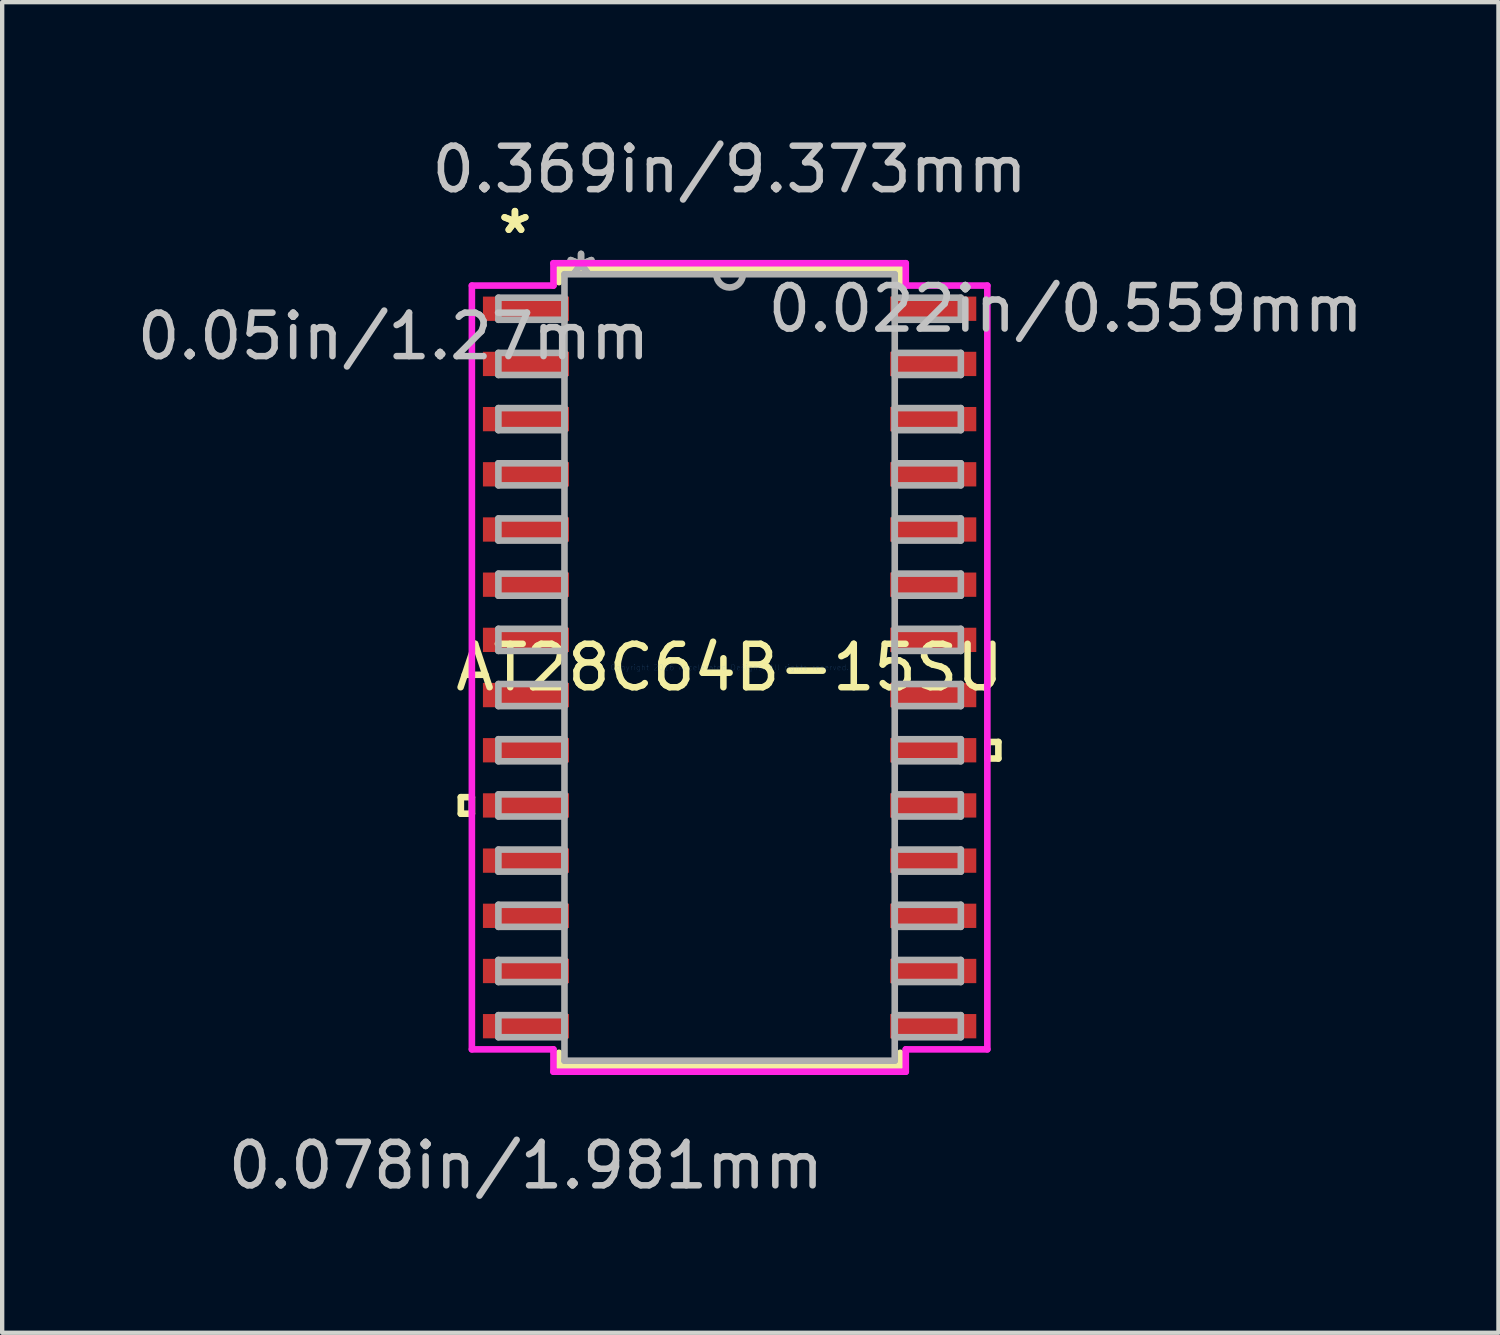
<source format=kicad_pcb>
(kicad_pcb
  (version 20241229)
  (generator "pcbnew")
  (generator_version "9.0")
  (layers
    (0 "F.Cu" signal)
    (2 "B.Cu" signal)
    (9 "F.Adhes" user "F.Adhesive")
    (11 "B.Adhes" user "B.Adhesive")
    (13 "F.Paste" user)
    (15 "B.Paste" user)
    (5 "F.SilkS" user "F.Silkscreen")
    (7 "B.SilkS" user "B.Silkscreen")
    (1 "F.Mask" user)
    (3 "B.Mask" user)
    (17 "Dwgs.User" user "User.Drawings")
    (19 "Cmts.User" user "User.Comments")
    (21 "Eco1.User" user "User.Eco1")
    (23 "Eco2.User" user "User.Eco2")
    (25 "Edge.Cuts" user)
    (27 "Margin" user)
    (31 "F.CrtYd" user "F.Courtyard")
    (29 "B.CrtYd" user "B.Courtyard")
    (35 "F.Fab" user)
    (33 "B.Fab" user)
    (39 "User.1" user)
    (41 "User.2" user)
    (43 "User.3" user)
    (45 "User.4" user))
  (footprint "AT28C64B-15SU"
    (layer "F.Cu")
    (at 13.74 12.31)
    (property "Reference" "AT28C64B-15SU" (at 0 0 0) (layer "F.SilkS") (effects (font (size 1 1) (thickness 0.15))))
    (attr through_hole)
    (fp_line (start -6.185 2.985) (end -6.185 3.365) (stroke (width 0.152) (type solid)) (layer "F.SilkS"))
    (fp_line (start -6.185 3.365) (end -5.931 3.365) (stroke (width 0.152) (type solid)) (layer "F.SilkS"))
    (fp_line (start -5.931 2.985) (end -6.185 2.985) (stroke (width 0.152) (type solid)) (layer "F.SilkS"))
    (fp_line (start -5.931 3.365) (end -5.931 2.985) (stroke (width 0.152) (type solid)) (layer "F.SilkS"))
    (fp_line (start -3.927 -9.176) (end -3.927 -8.867) (stroke (width 0.152) (type solid)) (layer "F.SilkS"))
    (fp_line (start -3.927 8.867) (end -3.927 9.176) (stroke (width 0.152) (type solid)) (layer "F.SilkS"))
    (fp_line (start -3.927 9.176) (end 3.927 9.176) (stroke (width 0.152) (type solid)) (layer "F.SilkS"))
    (fp_line (start 3.927 -9.176) (end -3.927 -9.176) (stroke (width 0.152) (type solid)) (layer "F.SilkS"))
    (fp_line (start 3.927 -8.867) (end 3.927 -9.176) (stroke (width 0.152) (type solid)) (layer "F.SilkS"))
    (fp_line (start 3.927 9.176) (end 3.927 8.867) (stroke (width 0.152) (type solid)) (layer "F.SilkS"))
    (fp_line (start 5.931 1.714) (end 6.185 1.714) (stroke (width 0.152) (type solid)) (layer "F.SilkS"))
    (fp_line (start 5.931 2.095) (end 5.931 1.714) (stroke (width 0.152) (type solid)) (layer "F.SilkS"))
    (fp_line (start 6.185 1.714) (end 6.185 2.095) (stroke (width 0.152) (type solid)) (layer "F.SilkS"))
    (fp_line (start 6.185 2.095) (end 5.931 2.095) (stroke (width 0.152) (type solid)) (layer "F.SilkS"))
    (fp_line (start -5.931 -8.788) (end -4.054 -8.788) (stroke (width 0.152) (type solid)) (layer "F.CrtYd"))
    (fp_line (start -5.931 8.788) (end -5.931 -8.788) (stroke (width 0.152) (type solid)) (layer "F.CrtYd"))
    (fp_line (start -4.054 -9.303) (end 4.054 -9.303) (stroke (width 0.152) (type solid)) (layer "F.CrtYd"))
    (fp_line (start -4.054 -8.788) (end -4.054 -9.303) (stroke (width 0.152) (type solid)) (layer "F.CrtYd"))
    (fp_line (start -4.054 8.788) (end -5.931 8.788) (stroke (width 0.152) (type solid)) (layer "F.CrtYd"))
    (fp_line (start -4.054 9.303) (end -4.054 8.788) (stroke (width 0.152) (type solid)) (layer "F.CrtYd"))
    (fp_line (start 4.054 -9.303) (end 4.054 -8.788) (stroke (width 0.152) (type solid)) (layer "F.CrtYd"))
    (fp_line (start 4.054 -8.788) (end 5.931 -8.788) (stroke (width 0.152) (type solid)) (layer "F.CrtYd"))
    (fp_line (start 4.054 8.788) (end 4.054 9.303) (stroke (width 0.152) (type solid)) (layer "F.CrtYd"))
    (fp_line (start 4.054 9.303) (end -4.054 9.303) (stroke (width 0.152) (type solid)) (layer "F.CrtYd"))
    (fp_line (start 5.931 -8.788) (end 5.931 8.788) (stroke (width 0.152) (type solid)) (layer "F.CrtYd"))
    (fp_line (start 5.931 8.788) (end 4.054 8.788) (stroke (width 0.152) (type solid)) (layer "F.CrtYd"))
    (fp_line (start -5.321 -8.509) (end -5.321 -8.001) (stroke (width 0.152) (type solid)) (layer "F.Fab"))
    (fp_line (start -5.321 -8.001) (end -3.8 -8.001) (stroke (width 0.152) (type solid)) (layer "F.Fab"))
    (fp_line (start -5.321 -7.239) (end -5.321 -6.731) (stroke (width 0.152) (type solid)) (layer "F.Fab"))
    (fp_line (start -5.321 -6.731) (end -3.8 -6.731) (stroke (width 0.152) (type solid)) (layer "F.Fab"))
    (fp_line (start -5.321 -5.969) (end -5.321 -5.461) (stroke (width 0.152) (type solid)) (layer "F.Fab"))
    (fp_line (start -5.321 -5.461) (end -3.8 -5.461) (stroke (width 0.152) (type solid)) (layer "F.Fab"))
    (fp_line (start -5.321 -4.699) (end -5.321 -4.191) (stroke (width 0.152) (type solid)) (layer "F.Fab"))
    (fp_line (start -5.321 -4.191) (end -3.8 -4.191) (stroke (width 0.152) (type solid)) (layer "F.Fab"))
    (fp_line (start -5.321 -3.429) (end -5.321 -2.921) (stroke (width 0.152) (type solid)) (layer "F.Fab"))
    (fp_line (start -5.321 -2.921) (end -3.8 -2.921) (stroke (width 0.152) (type solid)) (layer "F.Fab"))
    (fp_line (start -5.321 -2.159) (end -5.321 -1.651) (stroke (width 0.152) (type solid)) (layer "F.Fab"))
    (fp_line (start -5.321 -1.651) (end -3.8 -1.651) (stroke (width 0.152) (type solid)) (layer "F.Fab"))
    (fp_line (start -5.321 -0.889) (end -5.321 -0.381) (stroke (width 0.152) (type solid)) (layer "F.Fab"))
    (fp_line (start -5.321 -0.381) (end -3.8 -0.381) (stroke (width 0.152) (type solid)) (layer "F.Fab"))
    (fp_line (start -5.321 0.381) (end -5.321 0.889) (stroke (width 0.152) (type solid)) (layer "F.Fab"))
    (fp_line (start -5.321 0.889) (end -3.8 0.889) (stroke (width 0.152) (type solid)) (layer "F.Fab"))
    (fp_line (start -5.321 1.651) (end -5.321 2.159) (stroke (width 0.152) (type solid)) (layer "F.Fab"))
    (fp_line (start -5.321 2.159) (end -3.8 2.159) (stroke (width 0.152) (type solid)) (layer "F.Fab"))
    (fp_line (start -5.321 2.921) (end -5.321 3.429) (stroke (width 0.152) (type solid)) (layer "F.Fab"))
    (fp_line (start -5.321 3.429) (end -3.8 3.429) (stroke (width 0.152) (type solid)) (layer "F.Fab"))
    (fp_line (start -5.321 4.191) (end -5.321 4.699) (stroke (width 0.152) (type solid)) (layer "F.Fab"))
    (fp_line (start -5.321 4.699) (end -3.8 4.699) (stroke (width 0.152) (type solid)) (layer "F.Fab"))
    (fp_line (start -5.321 5.461) (end -5.321 5.969) (stroke (width 0.152) (type solid)) (layer "F.Fab"))
    (fp_line (start -5.321 5.969) (end -3.8 5.969) (stroke (width 0.152) (type solid)) (layer "F.Fab"))
    (fp_line (start -5.321 6.731) (end -5.321 7.239) (stroke (width 0.152) (type solid)) (layer "F.Fab"))
    (fp_line (start -5.321 7.239) (end -3.8 7.239) (stroke (width 0.152) (type solid)) (layer "F.Fab"))
    (fp_line (start -5.321 8.001) (end -5.321 8.509) (stroke (width 0.152) (type solid)) (layer "F.Fab"))
    (fp_line (start -5.321 8.509) (end -3.8 8.509) (stroke (width 0.152) (type solid)) (layer "F.Fab"))
    (fp_line (start -3.8 -9.049) (end -3.8 9.049) (stroke (width 0.152) (type solid)) (layer "F.Fab"))
    (fp_line (start -3.8 -8.509) (end -5.321 -8.509) (stroke (width 0.152) (type solid)) (layer "F.Fab"))
    (fp_line (start -3.8 -8.001) (end -3.8 -8.509) (stroke (width 0.152) (type solid)) (layer "F.Fab"))
    (fp_line (start -3.8 -7.239) (end -5.321 -7.239) (stroke (width 0.152) (type solid)) (layer "F.Fab"))
    (fp_line (start -3.8 -6.731) (end -3.8 -7.239) (stroke (width 0.152) (type solid)) (layer "F.Fab"))
    (fp_line (start -3.8 -5.969) (end -5.321 -5.969) (stroke (width 0.152) (type solid)) (layer "F.Fab"))
    (fp_line (start -3.8 -5.461) (end -3.8 -5.969) (stroke (width 0.152) (type solid)) (layer "F.Fab"))
    (fp_line (start -3.8 -4.699) (end -5.321 -4.699) (stroke (width 0.152) (type solid)) (layer "F.Fab"))
    (fp_line (start -3.8 -4.191) (end -3.8 -4.699) (stroke (width 0.152) (type solid)) (layer "F.Fab"))
    (fp_line (start -3.8 -3.429) (end -5.321 -3.429) (stroke (width 0.152) (type solid)) (layer "F.Fab"))
    (fp_line (start -3.8 -2.921) (end -3.8 -3.429) (stroke (width 0.152) (type solid)) (layer "F.Fab"))
    (fp_line (start -3.8 -2.159) (end -5.321 -2.159) (stroke (width 0.152) (type solid)) (layer "F.Fab"))
    (fp_line (start -3.8 -1.651) (end -3.8 -2.159) (stroke (width 0.152) (type solid)) (layer "F.Fab"))
    (fp_line (start -3.8 -0.889) (end -5.321 -0.889) (stroke (width 0.152) (type solid)) (layer "F.Fab"))
    (fp_line (start -3.8 -0.381) (end -3.8 -0.889) (stroke (width 0.152) (type solid)) (layer "F.Fab"))
    (fp_line (start -3.8 0.381) (end -5.321 0.381) (stroke (width 0.152) (type solid)) (layer "F.Fab"))
    (fp_line (start -3.8 0.889) (end -3.8 0.381) (stroke (width 0.152) (type solid)) (layer "F.Fab"))
    (fp_line (start -3.8 1.651) (end -5.321 1.651) (stroke (width 0.152) (type solid)) (layer "F.Fab"))
    (fp_line (start -3.8 2.159) (end -3.8 1.651) (stroke (width 0.152) (type solid)) (layer "F.Fab"))
    (fp_line (start -3.8 2.921) (end -5.321 2.921) (stroke (width 0.152) (type solid)) (layer "F.Fab"))
    (fp_line (start -3.8 3.429) (end -3.8 2.921) (stroke (width 0.152) (type solid)) (layer "F.Fab"))
    (fp_line (start -3.8 4.191) (end -5.321 4.191) (stroke (width 0.152) (type solid)) (layer "F.Fab"))
    (fp_line (start -3.8 4.699) (end -3.8 4.191) (stroke (width 0.152) (type solid)) (layer "F.Fab"))
    (fp_line (start -3.8 5.461) (end -5.321 5.461) (stroke (width 0.152) (type solid)) (layer "F.Fab"))
    (fp_line (start -3.8 5.969) (end -3.8 5.461) (stroke (width 0.152) (type solid)) (layer "F.Fab"))
    (fp_line (start -3.8 6.731) (end -5.321 6.731) (stroke (width 0.152) (type solid)) (layer "F.Fab"))
    (fp_line (start -3.8 7.239) (end -3.8 6.731) (stroke (width 0.152) (type solid)) (layer "F.Fab"))
    (fp_line (start -3.8 8.001) (end -5.321 8.001) (stroke (width 0.152) (type solid)) (layer "F.Fab"))
    (fp_line (start -3.8 8.509) (end -3.8 8.001) (stroke (width 0.152) (type solid)) (layer "F.Fab"))
    (fp_line (start -3.8 9.049) (end 3.8 9.049) (stroke (width 0.152) (type solid)) (layer "F.Fab"))
    (fp_line (start 3.8 -9.049) (end -3.8 -9.049) (stroke (width 0.152) (type solid)) (layer "F.Fab"))
    (fp_line (start 3.8 -8.509) (end 3.8 -8.001) (stroke (width 0.152) (type solid)) (layer "F.Fab"))
    (fp_line (start 3.8 -8.001) (end 5.321 -8.001) (stroke (width 0.152) (type solid)) (layer "F.Fab"))
    (fp_line (start 3.8 -7.239) (end 3.8 -6.731) (stroke (width 0.152) (type solid)) (layer "F.Fab"))
    (fp_line (start 3.8 -6.731) (end 5.321 -6.731) (stroke (width 0.152) (type solid)) (layer "F.Fab"))
    (fp_line (start 3.8 -5.969) (end 3.8 -5.461) (stroke (width 0.152) (type solid)) (layer "F.Fab"))
    (fp_line (start 3.8 -5.461) (end 5.321 -5.461) (stroke (width 0.152) (type solid)) (layer "F.Fab"))
    (fp_line (start 3.8 -4.699) (end 3.8 -4.191) (stroke (width 0.152) (type solid)) (layer "F.Fab"))
    (fp_line (start 3.8 -4.191) (end 5.321 -4.191) (stroke (width 0.152) (type solid)) (layer "F.Fab"))
    (fp_line (start 3.8 -3.429) (end 3.8 -2.921) (stroke (width 0.152) (type solid)) (layer "F.Fab"))
    (fp_line (start 3.8 -2.921) (end 5.321 -2.921) (stroke (width 0.152) (type solid)) (layer "F.Fab"))
    (fp_line (start 3.8 -2.159) (end 3.8 -1.651) (stroke (width 0.152) (type solid)) (layer "F.Fab"))
    (fp_line (start 3.8 -1.651) (end 5.321 -1.651) (stroke (width 0.152) (type solid)) (layer "F.Fab"))
    (fp_line (start 3.8 -0.889) (end 3.8 -0.381) (stroke (width 0.152) (type solid)) (layer "F.Fab"))
    (fp_line (start 3.8 -0.381) (end 5.321 -0.381) (stroke (width 0.152) (type solid)) (layer "F.Fab"))
    (fp_line (start 3.8 0.381) (end 3.8 0.889) (stroke (width 0.152) (type solid)) (layer "F.Fab"))
    (fp_line (start 3.8 0.889) (end 5.321 0.889) (stroke (width 0.152) (type solid)) (layer "F.Fab"))
    (fp_line (start 3.8 1.651) (end 3.8 2.159) (stroke (width 0.152) (type solid)) (layer "F.Fab"))
    (fp_line (start 3.8 2.159) (end 5.321 2.159) (stroke (width 0.152) (type solid)) (layer "F.Fab"))
    (fp_line (start 3.8 2.921) (end 3.8 3.429) (stroke (width 0.152) (type solid)) (layer "F.Fab"))
    (fp_line (start 3.8 3.429) (end 5.321 3.429) (stroke (width 0.152) (type solid)) (layer "F.Fab"))
    (fp_line (start 3.8 4.191) (end 3.8 4.699) (stroke (width 0.152) (type solid)) (layer "F.Fab"))
    (fp_line (start 3.8 4.699) (end 5.321 4.699) (stroke (width 0.152) (type solid)) (layer "F.Fab"))
    (fp_line (start 3.8 5.461) (end 3.8 5.969) (stroke (width 0.152) (type solid)) (layer "F.Fab"))
    (fp_line (start 3.8 5.969) (end 5.321 5.969) (stroke (width 0.152) (type solid)) (layer "F.Fab"))
    (fp_line (start 3.8 6.731) (end 3.8 7.239) (stroke (width 0.152) (type solid)) (layer "F.Fab"))
    (fp_line (start 3.8 7.239) (end 5.321 7.239) (stroke (width 0.152) (type solid)) (layer "F.Fab"))
    (fp_line (start 3.8 8.001) (end 3.8 8.509) (stroke (width 0.152) (type solid)) (layer "F.Fab"))
    (fp_line (start 3.8 8.509) (end 5.321 8.509) (stroke (width 0.152) (type solid)) (layer "F.Fab"))
    (fp_line (start 3.8 9.049) (end 3.8 -9.049) (stroke (width 0.152) (type solid)) (layer "F.Fab"))
    (fp_line (start 5.321 -8.509) (end 3.8 -8.509) (stroke (width 0.152) (type solid)) (layer "F.Fab"))
    (fp_line (start 5.321 -8.001) (end 5.321 -8.509) (stroke (width 0.152) (type solid)) (layer "F.Fab"))
    (fp_line (start 5.321 -7.239) (end 3.8 -7.239) (stroke (width 0.152) (type solid)) (layer "F.Fab"))
    (fp_line (start 5.321 -6.731) (end 5.321 -7.239) (stroke (width 0.152) (type solid)) (layer "F.Fab"))
    (fp_line (start 5.321 -5.969) (end 3.8 -5.969) (stroke (width 0.152) (type solid)) (layer "F.Fab"))
    (fp_line (start 5.321 -5.461) (end 5.321 -5.969) (stroke (width 0.152) (type solid)) (layer "F.Fab"))
    (fp_line (start 5.321 -4.699) (end 3.8 -4.699) (stroke (width 0.152) (type solid)) (layer "F.Fab"))
    (fp_line (start 5.321 -4.191) (end 5.321 -4.699) (stroke (width 0.152) (type solid)) (layer "F.Fab"))
    (fp_line (start 5.321 -3.429) (end 3.8 -3.429) (stroke (width 0.152) (type solid)) (layer "F.Fab"))
    (fp_line (start 5.321 -2.921) (end 5.321 -3.429) (stroke (width 0.152) (type solid)) (layer "F.Fab"))
    (fp_line (start 5.321 -2.159) (end 3.8 -2.159) (stroke (width 0.152) (type solid)) (layer "F.Fab"))
    (fp_line (start 5.321 -1.651) (end 5.321 -2.159) (stroke (width 0.152) (type solid)) (layer "F.Fab"))
    (fp_line (start 5.321 -0.889) (end 3.8 -0.889) (stroke (width 0.152) (type solid)) (layer "F.Fab"))
    (fp_line (start 5.321 -0.381) (end 5.321 -0.889) (stroke (width 0.152) (type solid)) (layer "F.Fab"))
    (fp_line (start 5.321 0.381) (end 3.8 0.381) (stroke (width 0.152) (type solid)) (layer "F.Fab"))
    (fp_line (start 5.321 0.889) (end 5.321 0.381) (stroke (width 0.152) (type solid)) (layer "F.Fab"))
    (fp_line (start 5.321 1.651) (end 3.8 1.651) (stroke (width 0.152) (type solid)) (layer "F.Fab"))
    (fp_line (start 5.321 2.159) (end 5.321 1.651) (stroke (width 0.152) (type solid)) (layer "F.Fab"))
    (fp_line (start 5.321 2.921) (end 3.8 2.921) (stroke (width 0.152) (type solid)) (layer "F.Fab"))
    (fp_line (start 5.321 3.429) (end 5.321 2.921) (stroke (width 0.152) (type solid)) (layer "F.Fab"))
    (fp_line (start 5.321 4.191) (end 3.8 4.191) (stroke (width 0.152) (type solid)) (layer "F.Fab"))
    (fp_line (start 5.321 4.699) (end 5.321 4.191) (stroke (width 0.152) (type solid)) (layer "F.Fab"))
    (fp_line (start 5.321 5.461) (end 3.8 5.461) (stroke (width 0.152) (type solid)) (layer "F.Fab"))
    (fp_line (start 5.321 5.969) (end 5.321 5.461) (stroke (width 0.152) (type solid)) (layer "F.Fab"))
    (fp_line (start 5.321 6.731) (end 3.8 6.731) (stroke (width 0.152) (type solid)) (layer "F.Fab"))
    (fp_line (start 5.321 7.239) (end 5.321 6.731) (stroke (width 0.152) (type solid)) (layer "F.Fab"))
    (fp_line (start 5.321 8.001) (end 3.8 8.001) (stroke (width 0.152) (type solid)) (layer "F.Fab"))
    (fp_line (start 5.321 8.509) (end 5.321 8.001) (stroke (width 0.152) (type solid)) (layer "F.Fab"))
    (fp_arc (start 0.3048 -9.04875) (mid 0 -8.74395) (end -0.3048 -9.04875) (stroke (width 0.1524) (type solid)) (layer "F.Fab"))
    (fp_text user "*" (at -4.94 -9.957 0) (layer "F.SilkS") (effects (font (size 1 1) (thickness 0.15))))
    (fp_text user "*" (at -4.94 -9.957 0) (layer "F.SilkS") (effects (font (size 1 1) (thickness 0.15))))
    (fp_text user "0.05in/1.27mm" (at -7.734 -7.62 0) (layer "Dwgs.User") (effects (font (size 1 1) (thickness 0.15))))
    (fp_text user "0.022in/0.559mm" (at 7.734 -8.255 0) (layer "Dwgs.User") (effects (font (size 1 1) (thickness 0.15))))
    (fp_text user "0.369in/9.373mm" (at 0 -11.462 0) (layer "Dwgs.User") (effects (font (size 1 1) (thickness 0.15))))
    (fp_text user "0.078in/1.981mm" (at -4.686 11.462 0) (layer "Dwgs.User") (effects (font (size 1 1) (thickness 0.15))))
    (fp_text user "Copyright 2016 Accelerated Designs. All rights reserved." (at 0 0 0) (layer "Cmts.User") (effects (font (size 0.127 0.127) (thickness 0.002))))
    (fp_text user "*" (at -3.419 -8.973 0) (layer "F.Fab") (effects (font (size 1 1) (thickness 0.15))))
    (fp_text user "*" (at -3.419 -8.973 0) (layer "F.Fab") (effects (font (size 1 1) (thickness 0.15))))
    (pad "1" smd rect (at -4.686 -8.255) (size 1.981 0.559) (layers "F.Cu" "F.Mask" "F.Paste"))
    (pad "2" smd rect (at -4.686 -6.985) (size 1.981 0.559) (layers "F.Cu" "F.Mask" "F.Paste"))
    (pad "3" smd rect (at -4.686 -5.715) (size 1.981 0.559) (layers "F.Cu" "F.Mask" "F.Paste"))
    (pad "4" smd rect (at -4.686 -4.445) (size 1.981 0.559) (layers "F.Cu" "F.Mask" "F.Paste"))
    (pad "5" smd rect (at -4.686 -3.175) (size 1.981 0.559) (layers "F.Cu" "F.Mask" "F.Paste"))
    (pad "6" smd rect (at -4.686 -1.905) (size 1.981 0.559) (layers "F.Cu" "F.Mask" "F.Paste"))
    (pad "7" smd rect (at -4.686 -0.635) (size 1.981 0.559) (layers "F.Cu" "F.Mask" "F.Paste"))
    (pad "8" smd rect (at -4.686 0.635) (size 1.981 0.559) (layers "F.Cu" "F.Mask" "F.Paste"))
    (pad "9" smd rect (at -4.686 1.905) (size 1.981 0.559) (layers "F.Cu" "F.Mask" "F.Paste"))
    (pad "10" smd rect (at -4.686 3.175) (size 1.981 0.559) (layers "F.Cu" "F.Mask" "F.Paste"))
    (pad "11" smd rect (at -4.686 4.445) (size 1.981 0.559) (layers "F.Cu" "F.Mask" "F.Paste"))
    (pad "12" smd rect (at -4.686 5.715) (size 1.981 0.559) (layers "F.Cu" "F.Mask" "F.Paste"))
    (pad "13" smd rect (at -4.686 6.985) (size 1.981 0.559) (layers "F.Cu" "F.Mask" "F.Paste"))
    (pad "14" smd rect (at -4.686 8.255) (size 1.981 0.559) (layers "F.Cu" "F.Mask" "F.Paste"))
    (pad "15" smd rect (at 4.686 8.255) (size 1.981 0.559) (layers "F.Cu" "F.Mask" "F.Paste"))
    (pad "16" smd rect (at 4.686 6.985) (size 1.981 0.559) (layers "F.Cu" "F.Mask" "F.Paste"))
    (pad "17" smd rect (at 4.686 5.715) (size 1.981 0.559) (layers "F.Cu" "F.Mask" "F.Paste"))
    (pad "18" smd rect (at 4.686 4.445) (size 1.981 0.559) (layers "F.Cu" "F.Mask" "F.Paste"))
    (pad "19" smd rect (at 4.686 3.175) (size 1.981 0.559) (layers "F.Cu" "F.Mask" "F.Paste"))
    (pad "20" smd rect (at 4.686 1.905) (size 1.981 0.559) (layers "F.Cu" "F.Mask" "F.Paste"))
    (pad "21" smd rect (at 4.686 0.635) (size 1.981 0.559) (layers "F.Cu" "F.Mask" "F.Paste"))
    (pad "22" smd rect (at 4.686 -0.635) (size 1.981 0.559) (layers "F.Cu" "F.Mask" "F.Paste"))
    (pad "23" smd rect (at 4.686 -1.905) (size 1.981 0.559) (layers "F.Cu" "F.Mask" "F.Paste"))
    (pad "24" smd rect (at 4.686 -3.175) (size 1.981 0.559) (layers "F.Cu" "F.Mask" "F.Paste"))
    (pad "25" smd rect (at 4.686 -4.445) (size 1.981 0.559) (layers "F.Cu" "F.Mask" "F.Paste"))
    (pad "26" smd rect (at 4.686 -5.715) (size 1.981 0.559) (layers "F.Cu" "F.Mask" "F.Paste"))
    (pad "27" smd rect (at 4.686 -6.985) (size 1.981 0.559) (layers "F.Cu" "F.Mask" "F.Paste"))
    (pad "28" smd rect (at 4.686 -8.255) (size 1.981 0.559) (layers "F.Cu" "F.Mask" "F.Paste")))
  (gr_rect
    (start -3 -3)
    (end 31.433 27.62)
    (stroke (width 0.1) (type default))
    (fill no)
    (layer "Edge.Cuts")))
</source>
